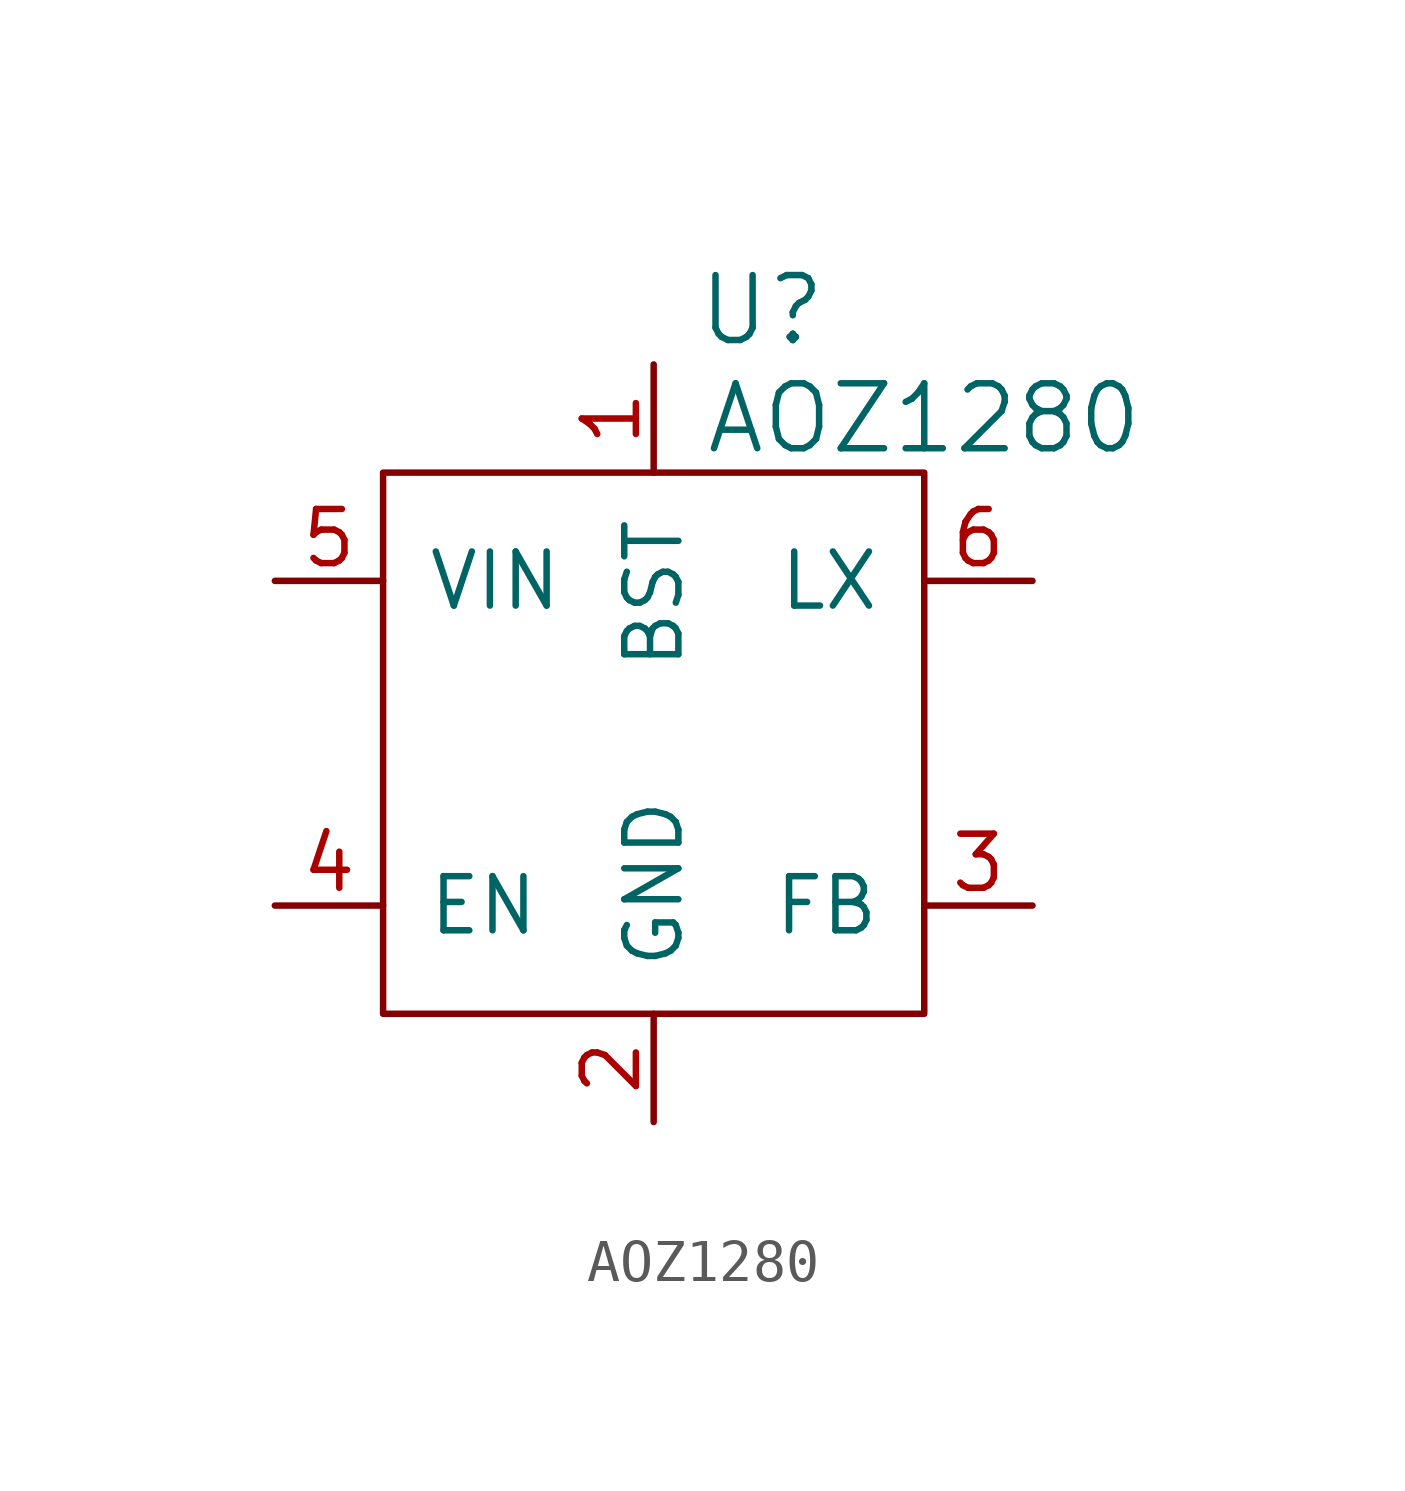
<source format=kicad_sym>
(kicad_symbol_lib
  (version 20220914)
  (generator kicad_symbol_editor)
  (symbol "AOZ1280"
    (pin_names
      (offset 1.016))
    (property "Reference" "U"
      (at 2.54 10.16 0)
      (effects (font (size 1.524 1.524))))
    (property "Value" "AOZ1280"
      (at 6.35 7.62 0)
      (effects (font (size 1.524 1.524))))
    (property "Footprint" ""
      (at 0 0 0)
      (effects (font (size 1.524 1.524))))
    (property "Datasheet" ""
      (at 0 0 0)
      (effects (font (size 1.524 1.524))))
    (symbol "AOZ1280_0_1"
      (rectangle (start -6.35 6.35) (end 6.35 -6.35) (stroke (width 0) (type solid)) (fill (type none))))
    (symbol "AOZ1280_1_1"
      (pin passive line (at 0 8.89 270) (length 2.54) (name "BST" (effects (font (size 1.27 1.27)))) (number "1" (effects (font (size 1.27 1.27)))))
      (pin passive line (at 0 -8.89 90) (length 2.54) (name "GND" (effects (font (size 1.27 1.27)))) (number "2" (effects (font (size 1.27 1.27)))))
      (pin passive line (at 8.89 -3.81 180) (length 2.54) (name "FB" (effects (font (size 1.27 1.27)))) (number "3" (effects (font (size 1.27 1.27)))))
      (pin passive line (at -8.89 -3.81 0) (length 2.54) (name "EN" (effects (font (size 1.27 1.27)))) (number "4" (effects (font (size 1.27 1.27)))))
      (pin passive line (at -8.89 3.81 0) (length 2.54) (name "VIN" (effects (font (size 1.27 1.27)))) (number "5" (effects (font (size 1.27 1.27)))))
      (pin passive line (at 8.89 3.81 180) (length 2.54) (name "LX" (effects (font (size 1.27 1.27)))) (number "6" (effects (font (size 1.27 1.27))))))))
</source>
